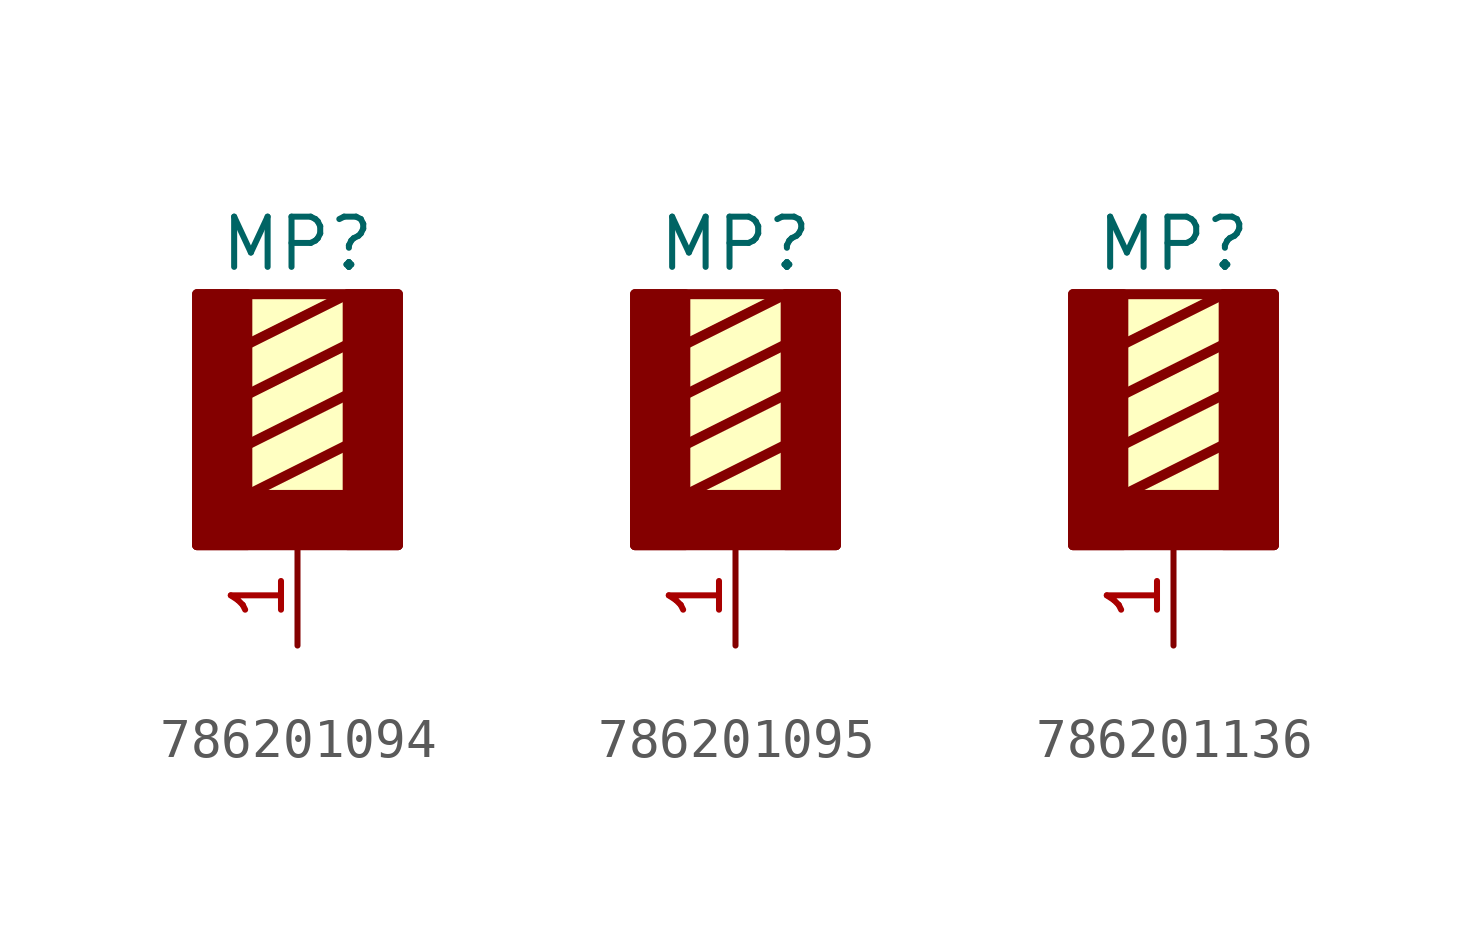
<source format=kicad_sym>
(kicad_symbol_lib
  (version 20220914)
  (generator kicad_symbol_editor)
  (symbol "786201094"
    (pin_names hide)
    (property "Reference" "MP"
      (at 0 5.08 0)
      (effects (font (size 1.27 1.27))))
    (symbol "786201094_0_0"
      (rectangle (start -2.54 3.81) (end 2.54 -2.54) (stroke (width 0.254) (type default)) (fill (type background)))
      (polyline (pts (xy -1.27 2.54) (xy 1.27 3.81)) (stroke (width 0.254) (type default)) (fill (type none)))
      (polyline (pts (xy 1.27 0) (xy -1.27 -1.27)) (stroke (width 0.254) (type default)) (fill (type none)))
      (polyline (pts (xy 1.27 1.27) (xy -1.27 0)) (stroke (width 0.254) (type default)) (fill (type none)))
      (polyline (pts (xy 1.27 2.54) (xy -1.27 1.27)) (stroke (width 0.254) (type default)) (fill (type none))))
    (symbol "786201094_1_0"
      (rectangle (start -2.54 -1.27) (end 2.54 -2.54) (stroke (width 0.254) (type default)) (fill (type outline)))
      (rectangle (start -2.54 3.81) (end -1.27 -2.54) (stroke (width 0.254) (type default)) (fill (type outline)))
      (rectangle (start 1.27 3.81) (end 2.54 -2.54) (stroke (width 0.254) (type default)) (fill (type outline)))
      (pin passive line (at 0 -5.08 90) (length 2.54) (name "1" (effects (font (size 1.27 1.27)))) (number "1" (effects (font (size 1.27 1.27)))))))
  (symbol "786201095"
    (pin_names hide)
    (property "Reference" "MP"
      (at 0 5.08 0)
      (effects (font (size 1.27 1.27))))
    (symbol "786201095_0_0"
      (rectangle (start -2.54 3.81) (end 2.54 -2.54) (stroke (width 0.254) (type default)) (fill (type background)))
      (polyline (pts (xy -1.27 2.54) (xy 1.27 3.81)) (stroke (width 0.254) (type default)) (fill (type none)))
      (polyline (pts (xy 1.27 0) (xy -1.27 -1.27)) (stroke (width 0.254) (type default)) (fill (type none)))
      (polyline (pts (xy 1.27 1.27) (xy -1.27 0)) (stroke (width 0.254) (type default)) (fill (type none)))
      (polyline (pts (xy 1.27 2.54) (xy -1.27 1.27)) (stroke (width 0.254) (type default)) (fill (type none))))
    (symbol "786201095_1_0"
      (rectangle (start -2.54 -1.27) (end 2.54 -2.54) (stroke (width 0.254) (type default)) (fill (type outline)))
      (rectangle (start -2.54 3.81) (end -1.27 -2.54) (stroke (width 0.254) (type default)) (fill (type outline)))
      (rectangle (start 1.27 3.81) (end 2.54 -2.54) (stroke (width 0.254) (type default)) (fill (type outline)))
      (pin passive line (at 0 -5.08 90) (length 2.54) (name "1" (effects (font (size 1.27 1.27)))) (number "1" (effects (font (size 1.27 1.27)))))))
  (symbol "786201136"
    (pin_names hide)
    (property "Reference" "MP"
      (at 0 5.08 0)
      (effects (font (size 1.27 1.27))))
    (symbol "786201136_0_0"
      (rectangle (start -2.54 3.81) (end 2.54 -2.54) (stroke (width 0.254) (type default)) (fill (type background)))
      (polyline (pts (xy -1.27 2.54) (xy 1.27 3.81)) (stroke (width 0.254) (type default)) (fill (type none)))
      (polyline (pts (xy 1.27 0) (xy -1.27 -1.27)) (stroke (width 0.254) (type default)) (fill (type none)))
      (polyline (pts (xy 1.27 1.27) (xy -1.27 0)) (stroke (width 0.254) (type default)) (fill (type none)))
      (polyline (pts (xy 1.27 2.54) (xy -1.27 1.27)) (stroke (width 0.254) (type default)) (fill (type none))))
    (symbol "786201136_1_0"
      (rectangle (start -2.54 -1.27) (end 2.54 -2.54) (stroke (width 0.254) (type default)) (fill (type outline)))
      (rectangle (start -2.54 3.81) (end -1.27 -2.54) (stroke (width 0.254) (type default)) (fill (type outline)))
      (rectangle (start 1.27 3.81) (end 2.54 -2.54) (stroke (width 0.254) (type default)) (fill (type outline)))
      (pin passive line (at 0 -5.08 90) (length 2.54) (name "1" (effects (font (size 1.27 1.27)))) (number "1" (effects (font (size 1.27 1.27))))))))
</source>
